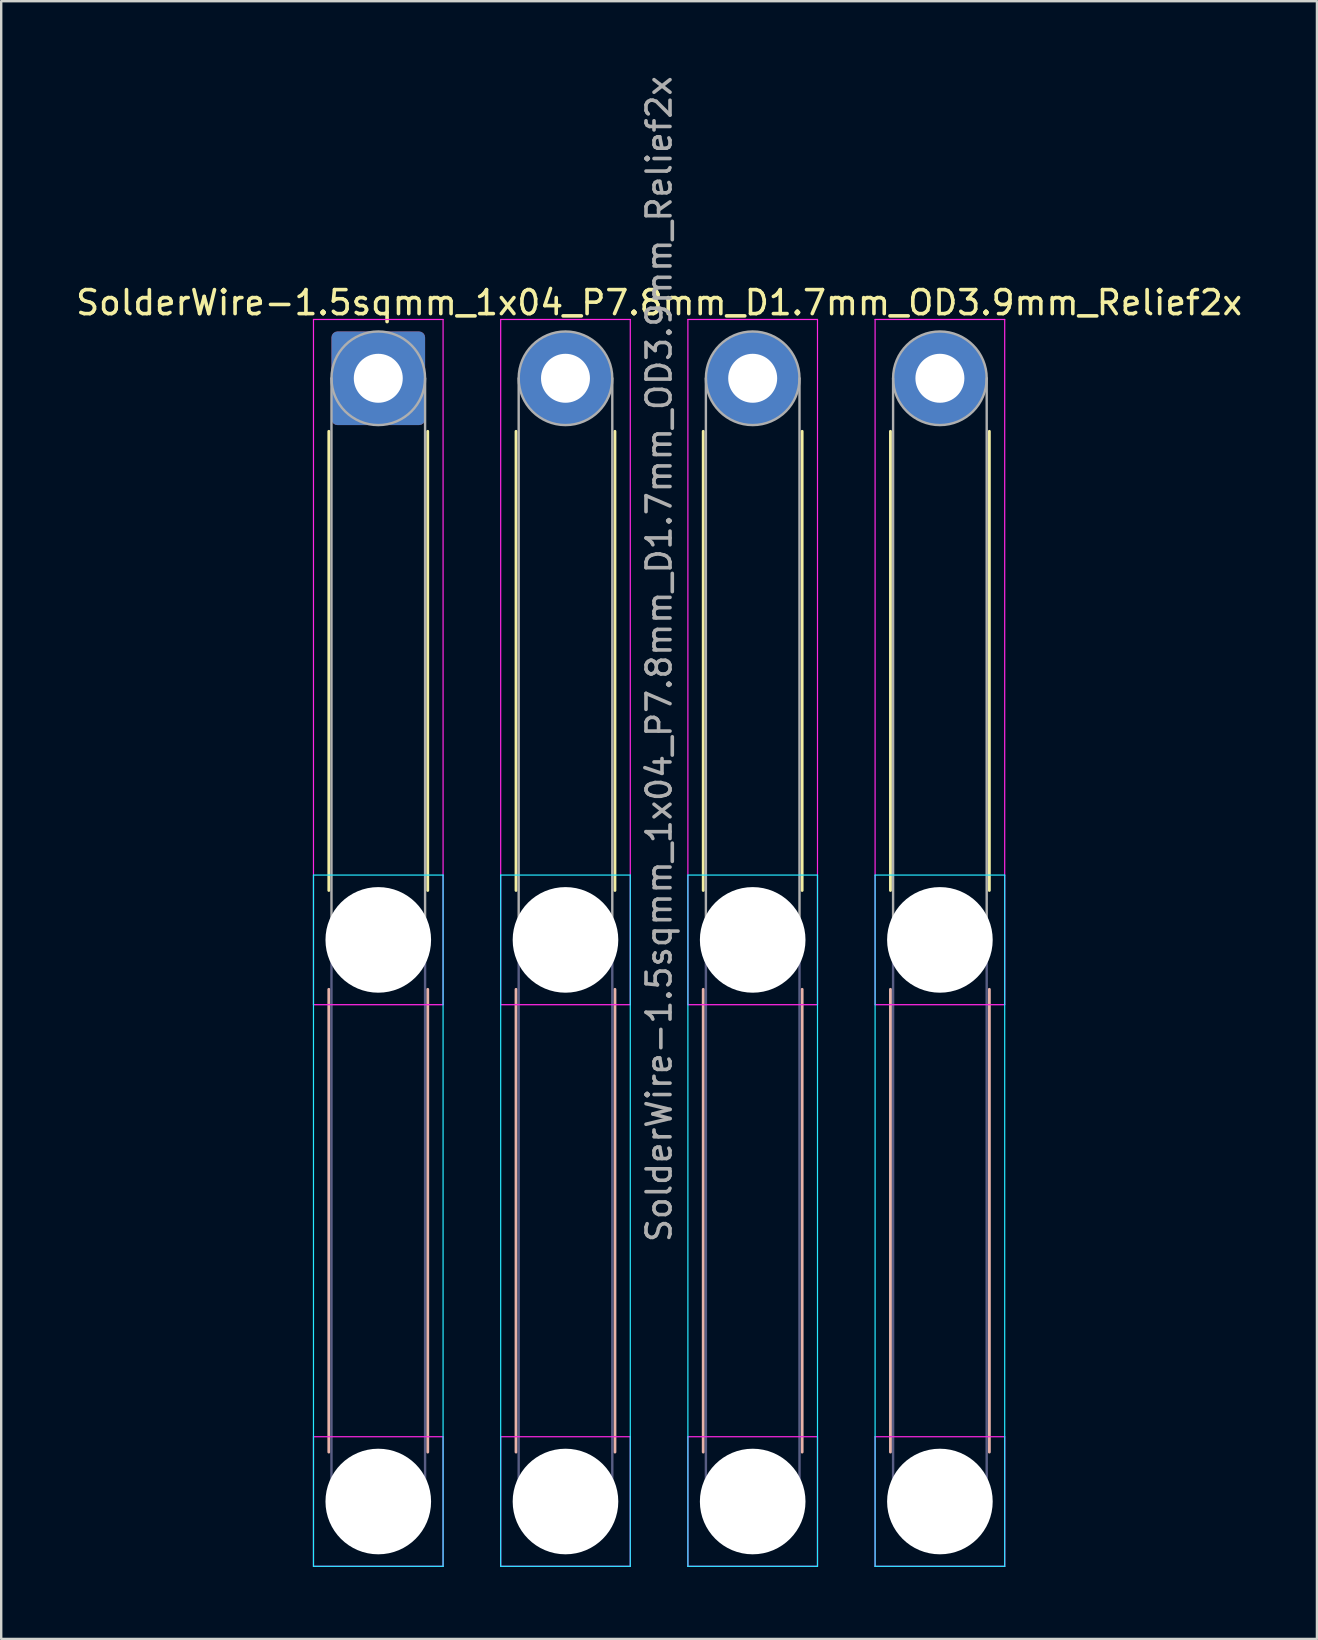
<source format=kicad_pcb>
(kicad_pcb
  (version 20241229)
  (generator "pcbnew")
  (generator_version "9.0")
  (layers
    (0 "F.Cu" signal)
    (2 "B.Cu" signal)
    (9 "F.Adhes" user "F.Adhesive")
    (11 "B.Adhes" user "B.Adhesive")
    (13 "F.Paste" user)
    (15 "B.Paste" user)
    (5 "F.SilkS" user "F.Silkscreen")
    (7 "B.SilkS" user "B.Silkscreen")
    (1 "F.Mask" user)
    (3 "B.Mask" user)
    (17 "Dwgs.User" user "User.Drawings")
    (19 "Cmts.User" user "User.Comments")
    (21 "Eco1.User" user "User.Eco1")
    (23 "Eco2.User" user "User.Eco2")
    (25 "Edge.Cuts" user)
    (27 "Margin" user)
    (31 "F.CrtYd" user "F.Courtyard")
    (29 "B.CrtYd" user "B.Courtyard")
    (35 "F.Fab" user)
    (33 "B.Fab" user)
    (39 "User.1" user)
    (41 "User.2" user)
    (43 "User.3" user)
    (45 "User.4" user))
  (footprint "SolderWire-1.5sqmm_1x04_P7.8mm_D1.7mm_OD3.9mm_Relief2x"
    (layer "F.Cu")
    (at 12.711 12.711)
    (property "Reference" "SolderWire-1.5sqmm_1x04_P7.8mm_D1.7mm_OD3.9mm_Relief2x" (at 11.7 -3.15 0) (layer "F.SilkS") (effects (font (size 1 1) (thickness 0.15))))
    (attr exclude_from_pos_files exclude_from_bom)
    (fp_line (start -2.06 2.21) (end -2.06 21.34) (stroke (width 0.12) (type solid)) (layer "F.SilkS"))
    (fp_line (start 2.06 2.21) (end 2.06 21.34) (stroke (width 0.12) (type solid)) (layer "F.SilkS"))
    (fp_line (start 5.74 2.21) (end 5.74 21.34) (stroke (width 0.12) (type solid)) (layer "F.SilkS"))
    (fp_line (start 9.86 2.21) (end 9.86 21.34) (stroke (width 0.12) (type solid)) (layer "F.SilkS"))
    (fp_line (start 13.54 2.21) (end 13.54 21.34) (stroke (width 0.12) (type solid)) (layer "F.SilkS"))
    (fp_line (start 17.66 2.21) (end 17.66 21.34) (stroke (width 0.12) (type solid)) (layer "F.SilkS"))
    (fp_line (start 21.34 2.21) (end 21.34 21.34) (stroke (width 0.12) (type solid)) (layer "F.SilkS"))
    (fp_line (start 25.46 2.21) (end 25.46 21.34) (stroke (width 0.12) (type solid)) (layer "F.SilkS"))
    (fp_line (start -2.06 25.46) (end -2.06 44.74) (stroke (width 0.12) (type solid)) (layer "B.SilkS"))
    (fp_line (start 2.06 25.46) (end 2.06 44.74) (stroke (width 0.12) (type solid)) (layer "B.SilkS"))
    (fp_line (start 5.74 25.46) (end 5.74 44.74) (stroke (width 0.12) (type solid)) (layer "B.SilkS"))
    (fp_line (start 9.86 25.46) (end 9.86 44.74) (stroke (width 0.12) (type solid)) (layer "B.SilkS"))
    (fp_line (start 13.54 25.46) (end 13.54 44.74) (stroke (width 0.12) (type solid)) (layer "B.SilkS"))
    (fp_line (start 17.66 25.46) (end 17.66 44.74) (stroke (width 0.12) (type solid)) (layer "B.SilkS"))
    (fp_line (start 21.34 25.46) (end 21.34 44.74) (stroke (width 0.12) (type solid)) (layer "B.SilkS"))
    (fp_line (start 25.46 25.46) (end 25.46 44.74) (stroke (width 0.12) (type solid)) (layer "B.SilkS"))
    (fp_line (start -2.7 20.7) (end -2.7 49.5) (stroke (width 0.05) (type solid)) (layer "B.CrtYd"))
    (fp_line (start -2.7 49.5) (end 2.7 49.5) (stroke (width 0.05) (type solid)) (layer "B.CrtYd"))
    (fp_line (start 2.7 20.7) (end -2.7 20.7) (stroke (width 0.05) (type solid)) (layer "B.CrtYd"))
    (fp_line (start 2.7 49.5) (end 2.7 20.7) (stroke (width 0.05) (type solid)) (layer "B.CrtYd"))
    (fp_line (start 5.1 20.7) (end 5.1 49.5) (stroke (width 0.05) (type solid)) (layer "B.CrtYd"))
    (fp_line (start 5.1 49.5) (end 10.5 49.5) (stroke (width 0.05) (type solid)) (layer "B.CrtYd"))
    (fp_line (start 10.5 20.7) (end 5.1 20.7) (stroke (width 0.05) (type solid)) (layer "B.CrtYd"))
    (fp_line (start 10.5 49.5) (end 10.5 20.7) (stroke (width 0.05) (type solid)) (layer "B.CrtYd"))
    (fp_line (start 12.9 20.7) (end 12.9 49.5) (stroke (width 0.05) (type solid)) (layer "B.CrtYd"))
    (fp_line (start 12.9 49.5) (end 18.3 49.5) (stroke (width 0.05) (type solid)) (layer "B.CrtYd"))
    (fp_line (start 18.3 20.7) (end 12.9 20.7) (stroke (width 0.05) (type solid)) (layer "B.CrtYd"))
    (fp_line (start 18.3 49.5) (end 18.3 20.7) (stroke (width 0.05) (type solid)) (layer "B.CrtYd"))
    (fp_line (start 20.7 20.7) (end 20.7 49.5) (stroke (width 0.05) (type solid)) (layer "B.CrtYd"))
    (fp_line (start 20.7 49.5) (end 26.1 49.5) (stroke (width 0.05) (type solid)) (layer "B.CrtYd"))
    (fp_line (start 26.1 20.7) (end 20.7 20.7) (stroke (width 0.05) (type solid)) (layer "B.CrtYd"))
    (fp_line (start 26.1 49.5) (end 26.1 20.7) (stroke (width 0.05) (type solid)) (layer "B.CrtYd"))
    (fp_line (start -2.7 -2.45) (end -2.7 26.1) (stroke (width 0.05) (type solid)) (layer "F.CrtYd"))
    (fp_line (start -2.7 26.1) (end 2.7 26.1) (stroke (width 0.05) (type solid)) (layer "F.CrtYd"))
    (fp_line (start -2.7 44.1) (end -2.7 49.5) (stroke (width 0.05) (type solid)) (layer "F.CrtYd"))
    (fp_line (start -2.7 49.5) (end 2.7 49.5) (stroke (width 0.05) (type solid)) (layer "F.CrtYd"))
    (fp_line (start 2.7 -2.45) (end -2.7 -2.45) (stroke (width 0.05) (type solid)) (layer "F.CrtYd"))
    (fp_line (start 2.7 26.1) (end 2.7 -2.45) (stroke (width 0.05) (type solid)) (layer "F.CrtYd"))
    (fp_line (start 2.7 44.1) (end -2.7 44.1) (stroke (width 0.05) (type solid)) (layer "F.CrtYd"))
    (fp_line (start 2.7 49.5) (end 2.7 44.1) (stroke (width 0.05) (type solid)) (layer "F.CrtYd"))
    (fp_line (start 5.1 -2.45) (end 5.1 26.1) (stroke (width 0.05) (type solid)) (layer "F.CrtYd"))
    (fp_line (start 5.1 26.1) (end 10.5 26.1) (stroke (width 0.05) (type solid)) (layer "F.CrtYd"))
    (fp_line (start 5.1 44.1) (end 5.1 49.5) (stroke (width 0.05) (type solid)) (layer "F.CrtYd"))
    (fp_line (start 5.1 49.5) (end 10.5 49.5) (stroke (width 0.05) (type solid)) (layer "F.CrtYd"))
    (fp_line (start 10.5 -2.45) (end 5.1 -2.45) (stroke (width 0.05) (type solid)) (layer "F.CrtYd"))
    (fp_line (start 10.5 26.1) (end 10.5 -2.45) (stroke (width 0.05) (type solid)) (layer "F.CrtYd"))
    (fp_line (start 10.5 44.1) (end 5.1 44.1) (stroke (width 0.05) (type solid)) (layer "F.CrtYd"))
    (fp_line (start 10.5 49.5) (end 10.5 44.1) (stroke (width 0.05) (type solid)) (layer "F.CrtYd"))
    (fp_line (start 12.9 -2.45) (end 12.9 26.1) (stroke (width 0.05) (type solid)) (layer "F.CrtYd"))
    (fp_line (start 12.9 26.1) (end 18.3 26.1) (stroke (width 0.05) (type solid)) (layer "F.CrtYd"))
    (fp_line (start 12.9 44.1) (end 12.9 49.5) (stroke (width 0.05) (type solid)) (layer "F.CrtYd"))
    (fp_line (start 12.9 49.5) (end 18.3 49.5) (stroke (width 0.05) (type solid)) (layer "F.CrtYd"))
    (fp_line (start 18.3 -2.45) (end 12.9 -2.45) (stroke (width 0.05) (type solid)) (layer "F.CrtYd"))
    (fp_line (start 18.3 26.1) (end 18.3 -2.45) (stroke (width 0.05) (type solid)) (layer "F.CrtYd"))
    (fp_line (start 18.3 44.1) (end 12.9 44.1) (stroke (width 0.05) (type solid)) (layer "F.CrtYd"))
    (fp_line (start 18.3 49.5) (end 18.3 44.1) (stroke (width 0.05) (type solid)) (layer "F.CrtYd"))
    (fp_line (start 20.7 -2.45) (end 20.7 26.1) (stroke (width 0.05) (type solid)) (layer "F.CrtYd"))
    (fp_line (start 20.7 26.1) (end 26.1 26.1) (stroke (width 0.05) (type solid)) (layer "F.CrtYd"))
    (fp_line (start 20.7 44.1) (end 20.7 49.5) (stroke (width 0.05) (type solid)) (layer "F.CrtYd"))
    (fp_line (start 20.7 49.5) (end 26.1 49.5) (stroke (width 0.05) (type solid)) (layer "F.CrtYd"))
    (fp_line (start 26.1 -2.45) (end 20.7 -2.45) (stroke (width 0.05) (type solid)) (layer "F.CrtYd"))
    (fp_line (start 26.1 26.1) (end 26.1 -2.45) (stroke (width 0.05) (type solid)) (layer "F.CrtYd"))
    (fp_line (start 26.1 44.1) (end 20.7 44.1) (stroke (width 0.05) (type solid)) (layer "F.CrtYd"))
    (fp_line (start 26.1 49.5) (end 26.1 44.1) (stroke (width 0.05) (type solid)) (layer "F.CrtYd"))
    (fp_line (start -1.95 23.4) (end -1.95 46.8) (stroke (width 0.1) (type solid)) (layer "B.Fab"))
    (fp_line (start 1.95 23.4) (end 1.95 46.8) (stroke (width 0.1) (type solid)) (layer "B.Fab"))
    (fp_line (start 5.85 23.4) (end 5.85 46.8) (stroke (width 0.1) (type solid)) (layer "B.Fab"))
    (fp_line (start 9.75 23.4) (end 9.75 46.8) (stroke (width 0.1) (type solid)) (layer "B.Fab"))
    (fp_line (start 13.65 23.4) (end 13.65 46.8) (stroke (width 0.1) (type solid)) (layer "B.Fab"))
    (fp_line (start 17.55 23.4) (end 17.55 46.8) (stroke (width 0.1) (type solid)) (layer "B.Fab"))
    (fp_line (start 21.45 23.4) (end 21.45 46.8) (stroke (width 0.1) (type solid)) (layer "B.Fab"))
    (fp_line (start 25.35 23.4) (end 25.35 46.8) (stroke (width 0.1) (type solid)) (layer "B.Fab"))
    (fp_circle (center 0 23.4) (end 1.95 23.4) (stroke (width 0.1) (type solid)) (fill no) (layer "B.Fab"))
    (fp_circle (center 0 46.8) (end 1.95 46.8) (stroke (width 0.1) (type solid)) (fill no) (layer "B.Fab"))
    (fp_circle (center 7.8 23.4) (end 9.75 23.4) (stroke (width 0.1) (type solid)) (fill no) (layer "B.Fab"))
    (fp_circle (center 7.8 46.8) (end 9.75 46.8) (stroke (width 0.1) (type solid)) (fill no) (layer "B.Fab"))
    (fp_circle (center 15.6 23.4) (end 17.55 23.4) (stroke (width 0.1) (type solid)) (fill no) (layer "B.Fab"))
    (fp_circle (center 15.6 46.8) (end 17.55 46.8) (stroke (width 0.1) (type solid)) (fill no) (layer "B.Fab"))
    (fp_circle (center 23.4 23.4) (end 25.35 23.4) (stroke (width 0.1) (type solid)) (fill no) (layer "B.Fab"))
    (fp_circle (center 23.4 46.8) (end 25.35 46.8) (stroke (width 0.1) (type solid)) (fill no) (layer "B.Fab"))
    (fp_line (start -1.95 0) (end -1.95 23.4) (stroke (width 0.1) (type solid)) (layer "F.Fab"))
    (fp_line (start 1.95 0) (end 1.95 23.4) (stroke (width 0.1) (type solid)) (layer "F.Fab"))
    (fp_line (start 5.85 0) (end 5.85 23.4) (stroke (width 0.1) (type solid)) (layer "F.Fab"))
    (fp_line (start 9.75 0) (end 9.75 23.4) (stroke (width 0.1) (type solid)) (layer "F.Fab"))
    (fp_line (start 13.65 0) (end 13.65 23.4) (stroke (width 0.1) (type solid)) (layer "F.Fab"))
    (fp_line (start 17.55 0) (end 17.55 23.4) (stroke (width 0.1) (type solid)) (layer "F.Fab"))
    (fp_line (start 21.45 0) (end 21.45 23.4) (stroke (width 0.1) (type solid)) (layer "F.Fab"))
    (fp_line (start 25.35 0) (end 25.35 23.4) (stroke (width 0.1) (type solid)) (layer "F.Fab"))
    (fp_circle (center 0 0) (end 1.95 0) (stroke (width 0.1) (type solid)) (fill no) (layer "F.Fab"))
    (fp_circle (center 0 23.4) (end 1.95 23.4) (stroke (width 0.1) (type solid)) (fill no) (layer "F.Fab"))
    (fp_circle (center 0 46.8) (end 1.95 46.8) (stroke (width 0.1) (type solid)) (fill no) (layer "F.Fab"))
    (fp_circle (center 7.8 0) (end 9.75 0) (stroke (width 0.1) (type solid)) (fill no) (layer "F.Fab"))
    (fp_circle (center 7.8 23.4) (end 9.75 23.4) (stroke (width 0.1) (type solid)) (fill no) (layer "F.Fab"))
    (fp_circle (center 7.8 46.8) (end 9.75 46.8) (stroke (width 0.1) (type solid)) (fill no) (layer "F.Fab"))
    (fp_circle (center 15.6 0) (end 17.55 0) (stroke (width 0.1) (type solid)) (fill no) (layer "F.Fab"))
    (fp_circle (center 15.6 23.4) (end 17.55 23.4) (stroke (width 0.1) (type solid)) (fill no) (layer "F.Fab"))
    (fp_circle (center 15.6 46.8) (end 17.55 46.8) (stroke (width 0.1) (type solid)) (fill no) (layer "F.Fab"))
    (fp_circle (center 23.4 0) (end 25.35 0) (stroke (width 0.1) (type solid)) (fill no) (layer "F.Fab"))
    (fp_circle (center 23.4 23.4) (end 25.35 23.4) (stroke (width 0.1) (type solid)) (fill no) (layer "F.Fab"))
    (fp_circle (center 23.4 46.8) (end 25.35 46.8) (stroke (width 0.1) (type solid)) (fill no) (layer "F.Fab"))
    (fp_text user "${REFERENCE}" (at 11.7 11.7 90) (layer "F.Fab") (effects (font (size 1 1) (thickness 0.15))))
    (pad "" np_thru_hole circle (at 0 23.4) (size 4.4 4.4) (drill 4.4) (layers "*.Cu" "*.Mask"))
    (pad "" np_thru_hole circle (at 0 46.8) (size 4.4 4.4) (drill 4.4) (layers "*.Cu" "*.Mask"))
    (pad "" np_thru_hole circle (at 7.8 23.4) (size 4.4 4.4) (drill 4.4) (layers "*.Cu" "*.Mask"))
    (pad "" np_thru_hole circle (at 7.8 46.8) (size 4.4 4.4) (drill 4.4) (layers "*.Cu" "*.Mask"))
    (pad "" np_thru_hole circle (at 15.6 23.4) (size 4.4 4.4) (drill 4.4) (layers "*.Cu" "*.Mask"))
    (pad "" np_thru_hole circle (at 15.6 46.8) (size 4.4 4.4) (drill 4.4) (layers "*.Cu" "*.Mask"))
    (pad "" np_thru_hole circle (at 23.4 23.4) (size 4.4 4.4) (drill 4.4) (layers "*.Cu" "*.Mask"))
    (pad "" np_thru_hole circle (at 23.4 46.8) (size 4.4 4.4) (drill 4.4) (layers "*.Cu" "*.Mask"))
    (pad "1" thru_hole roundrect (at 0 0) (size 3.9 3.9) (drill 2.04) (layers "*.Cu" "*.Mask") (roundrect_rratio 0.064))
    (pad "2" thru_hole circle (at 7.8 0) (size 3.9 3.9) (drill 2.04) (layers "*.Cu" "*.Mask"))
    (pad "3" thru_hole circle (at 15.6 0) (size 3.9 3.9) (drill 2.04) (layers "*.Cu" "*.Mask"))
    (pad "4" thru_hole circle (at 23.4 0) (size 3.9 3.9) (drill 2.04) (layers "*.Cu" "*.Mask")))
  (gr_rect
    (start -3 -3)
    (end 51.821 65.236)
    (stroke (width 0.1) (type default))
    (fill no)
    (layer "Edge.Cuts")))
</source>
